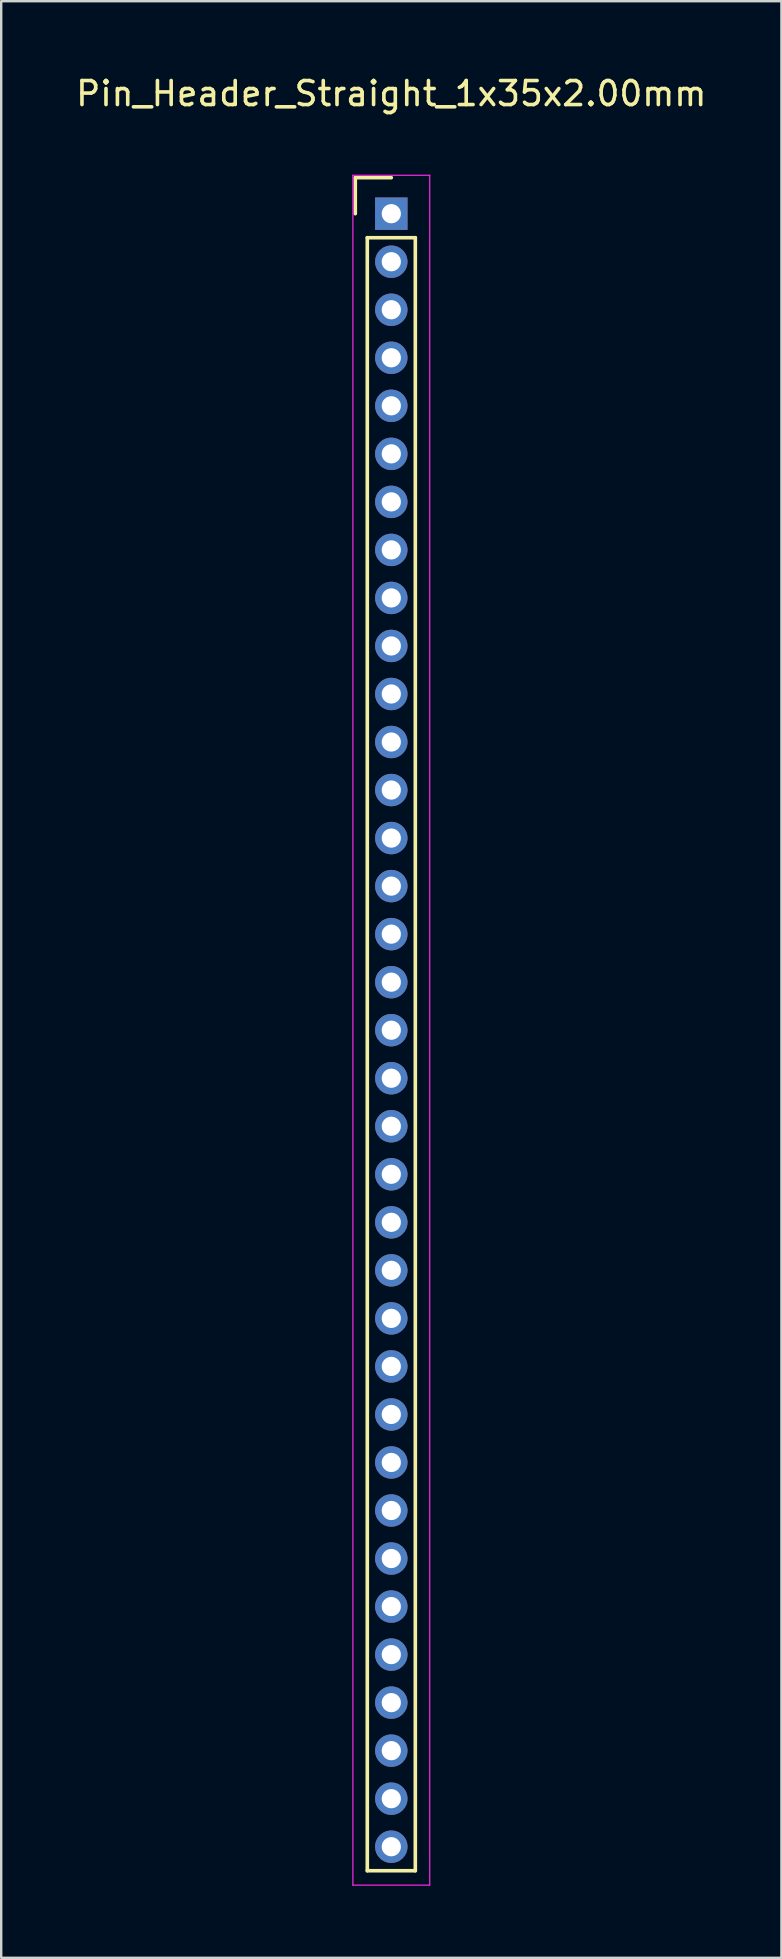
<source format=kicad_pcb>
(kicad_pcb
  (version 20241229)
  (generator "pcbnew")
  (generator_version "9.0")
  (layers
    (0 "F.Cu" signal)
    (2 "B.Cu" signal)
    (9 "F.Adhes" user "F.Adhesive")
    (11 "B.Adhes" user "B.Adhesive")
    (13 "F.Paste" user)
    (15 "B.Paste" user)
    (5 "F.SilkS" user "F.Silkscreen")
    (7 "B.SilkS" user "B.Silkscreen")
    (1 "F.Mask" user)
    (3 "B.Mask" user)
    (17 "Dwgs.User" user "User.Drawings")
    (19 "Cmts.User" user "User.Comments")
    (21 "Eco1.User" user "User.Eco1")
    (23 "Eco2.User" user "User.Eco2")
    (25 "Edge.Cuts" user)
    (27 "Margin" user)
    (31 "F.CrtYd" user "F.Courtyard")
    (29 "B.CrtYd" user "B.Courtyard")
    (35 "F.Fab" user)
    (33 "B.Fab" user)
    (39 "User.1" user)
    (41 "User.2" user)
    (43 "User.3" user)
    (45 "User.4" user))
  (footprint "Pin_Header_Straight_1x35x2.00mm"
    (layer "F.Cu")
    (at 13.244 5.848)
    (property "Reference" "Pin_Header_Straight_1x35x2.00mm" (at 0 -5 0) (layer "F.SilkS") (effects (font (size 1 1) (thickness 0.15))))
    (attr through_hole)
    (fp_line (start -1.5 -1.5) (end 0 -1.5) (stroke (width 0.15) (type solid)) (layer "F.SilkS"))
    (fp_line (start -1.5 0) (end -1.5 -1.5) (stroke (width 0.15) (type solid)) (layer "F.SilkS"))
    (fp_line (start -1 1) (end 1 1) (stroke (width 0.15) (type solid)) (layer "F.SilkS"))
    (fp_line (start -1 69) (end -1 1) (stroke (width 0.15) (type solid)) (layer "F.SilkS"))
    (fp_line (start 1 1) (end 1 69) (stroke (width 0.15) (type solid)) (layer "F.SilkS"))
    (fp_line (start 1 69) (end -1 69) (stroke (width 0.15) (type solid)) (layer "F.SilkS"))
    (fp_line (start -1.6 -1.6) (end 1.6 -1.6) (stroke (width 0.05) (type solid)) (layer "F.CrtYd"))
    (fp_line (start -1.6 69.6) (end -1.6 -1.6) (stroke (width 0.05) (type solid)) (layer "F.CrtYd"))
    (fp_line (start 1.6 -1.6) (end 1.6 69.6) (stroke (width 0.05) (type solid)) (layer "F.CrtYd"))
    (fp_line (start 1.6 69.6) (end -1.6 69.6) (stroke (width 0.05) (type solid)) (layer "F.CrtYd"))
    (pad "1" thru_hole rect (at 0 0) (size 1.35 1.35) (drill 0.8) (layers "*.Cu" "*.Mask"))
    (pad "2" thru_hole circle (at 0 2) (size 1.35 1.35) (drill 0.8) (layers "*.Cu" "*.Mask"))
    (pad "3" thru_hole circle (at 0 4) (size 1.35 1.35) (drill 0.8) (layers "*.Cu" "*.Mask"))
    (pad "4" thru_hole circle (at 0 6) (size 1.35 1.35) (drill 0.8) (layers "*.Cu" "*.Mask"))
    (pad "5" thru_hole circle (at 0 8) (size 1.35 1.35) (drill 0.8) (layers "*.Cu" "*.Mask"))
    (pad "6" thru_hole circle (at 0 10) (size 1.35 1.35) (drill 0.8) (layers "*.Cu" "*.Mask"))
    (pad "7" thru_hole circle (at 0 12) (size 1.35 1.35) (drill 0.8) (layers "*.Cu" "*.Mask"))
    (pad "8" thru_hole circle (at 0 14) (size 1.35 1.35) (drill 0.8) (layers "*.Cu" "*.Mask"))
    (pad "9" thru_hole circle (at 0 16) (size 1.35 1.35) (drill 0.8) (layers "*.Cu" "*.Mask"))
    (pad "10" thru_hole circle (at 0 18) (size 1.35 1.35) (drill 0.8) (layers "*.Cu" "*.Mask"))
    (pad "11" thru_hole circle (at 0 20) (size 1.35 1.35) (drill 0.8) (layers "*.Cu" "*.Mask"))
    (pad "12" thru_hole circle (at 0 22) (size 1.35 1.35) (drill 0.8) (layers "*.Cu" "*.Mask"))
    (pad "13" thru_hole circle (at 0 24) (size 1.35 1.35) (drill 0.8) (layers "*.Cu" "*.Mask"))
    (pad "14" thru_hole circle (at 0 26) (size 1.35 1.35) (drill 0.8) (layers "*.Cu" "*.Mask"))
    (pad "15" thru_hole circle (at 0 28) (size 1.35 1.35) (drill 0.8) (layers "*.Cu" "*.Mask"))
    (pad "16" thru_hole circle (at 0 30) (size 1.35 1.35) (drill 0.8) (layers "*.Cu" "*.Mask"))
    (pad "17" thru_hole circle (at 0 32) (size 1.35 1.35) (drill 0.8) (layers "*.Cu" "*.Mask"))
    (pad "18" thru_hole circle (at 0 34) (size 1.35 1.35) (drill 0.8) (layers "*.Cu" "*.Mask"))
    (pad "19" thru_hole circle (at 0 36) (size 1.35 1.35) (drill 0.8) (layers "*.Cu" "*.Mask"))
    (pad "20" thru_hole circle (at 0 38) (size 1.35 1.35) (drill 0.8) (layers "*.Cu" "*.Mask"))
    (pad "21" thru_hole circle (at 0 40) (size 1.35 1.35) (drill 0.8) (layers "*.Cu" "*.Mask"))
    (pad "22" thru_hole circle (at 0 42) (size 1.35 1.35) (drill 0.8) (layers "*.Cu" "*.Mask"))
    (pad "23" thru_hole circle (at 0 44) (size 1.35 1.35) (drill 0.8) (layers "*.Cu" "*.Mask"))
    (pad "24" thru_hole circle (at 0 46) (size 1.35 1.35) (drill 0.8) (layers "*.Cu" "*.Mask"))
    (pad "25" thru_hole circle (at 0 48) (size 1.35 1.35) (drill 0.8) (layers "*.Cu" "*.Mask"))
    (pad "26" thru_hole circle (at 0 50) (size 1.35 1.35) (drill 0.8) (layers "*.Cu" "*.Mask"))
    (pad "27" thru_hole circle (at 0 52) (size 1.35 1.35) (drill 0.8) (layers "*.Cu" "*.Mask"))
    (pad "28" thru_hole circle (at 0 54) (size 1.35 1.35) (drill 0.8) (layers "*.Cu" "*.Mask"))
    (pad "29" thru_hole circle (at 0 56) (size 1.35 1.35) (drill 0.8) (layers "*.Cu" "*.Mask"))
    (pad "30" thru_hole circle (at 0 58) (size 1.35 1.35) (drill 0.8) (layers "*.Cu" "*.Mask"))
    (pad "31" thru_hole circle (at 0 60) (size 1.35 1.35) (drill 0.8) (layers "*.Cu" "*.Mask"))
    (pad "32" thru_hole circle (at 0 62) (size 1.35 1.35) (drill 0.8) (layers "*.Cu" "*.Mask"))
    (pad "33" thru_hole circle (at 0 64) (size 1.35 1.35) (drill 0.8) (layers "*.Cu" "*.Mask"))
    (pad "34" thru_hole circle (at 0 66) (size 1.35 1.35) (drill 0.8) (layers "*.Cu" "*.Mask"))
    (pad "35" thru_hole circle (at 0 68) (size 1.35 1.35) (drill 0.8) (layers "*.Cu" "*.Mask")))
  (gr_rect
    (start -3 -3)
    (end 29.488 78.473)
    (stroke (width 0.1) (type default))
    (fill no)
    (layer "Edge.Cuts")))
</source>
